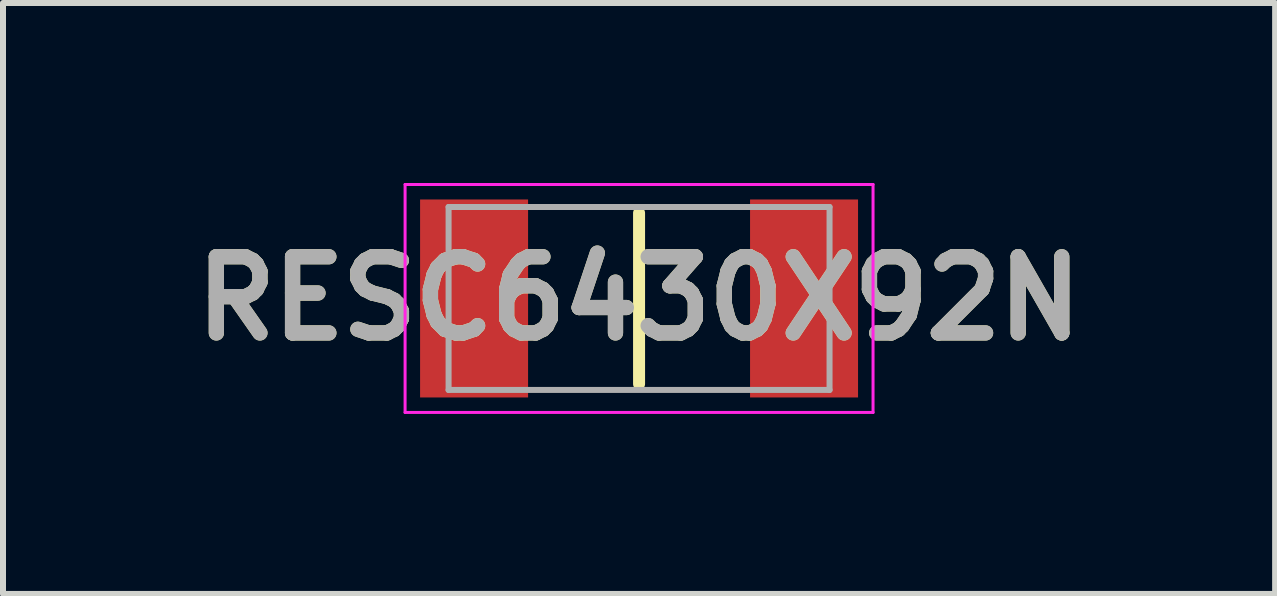
<source format=kicad_pcb>
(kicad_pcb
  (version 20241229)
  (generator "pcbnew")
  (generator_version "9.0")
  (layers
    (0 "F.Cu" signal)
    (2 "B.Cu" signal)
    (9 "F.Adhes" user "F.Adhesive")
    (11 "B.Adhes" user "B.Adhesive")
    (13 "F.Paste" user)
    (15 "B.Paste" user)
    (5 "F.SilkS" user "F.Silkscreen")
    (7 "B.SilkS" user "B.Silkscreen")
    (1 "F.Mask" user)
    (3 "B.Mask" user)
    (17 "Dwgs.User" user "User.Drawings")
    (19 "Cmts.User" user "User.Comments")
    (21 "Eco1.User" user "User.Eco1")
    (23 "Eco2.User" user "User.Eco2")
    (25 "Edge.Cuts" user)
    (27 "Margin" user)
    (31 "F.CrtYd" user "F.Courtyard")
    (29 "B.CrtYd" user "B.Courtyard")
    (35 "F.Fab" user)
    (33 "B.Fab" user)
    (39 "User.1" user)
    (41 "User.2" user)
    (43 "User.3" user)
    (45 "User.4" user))
  (footprint "RESC6430X92N"
    (layer "F.Cu")
    (at 7.602 1.925)
    (property "Reference" "RESC6430X92N" (at 0 0 0) (layer "F.SilkS") (effects (font (size 1.27 1.27) (thickness 0.254))))
    (attr smd)
    (fp_line (start 0 -1.425) (end 0 1.425) (stroke (width 0.2) (type solid)) (layer "F.SilkS"))
    (fp_line (start -3.9 -1.9) (end 3.9 -1.9) (stroke (width 0.05) (type solid)) (layer "F.CrtYd"))
    (fp_line (start -3.9 1.9) (end -3.9 -1.9) (stroke (width 0.05) (type solid)) (layer "F.CrtYd"))
    (fp_line (start 3.9 -1.9) (end 3.9 1.9) (stroke (width 0.05) (type solid)) (layer "F.CrtYd"))
    (fp_line (start 3.9 1.9) (end -3.9 1.9) (stroke (width 0.05) (type solid)) (layer "F.CrtYd"))
    (fp_line (start -3.175 -1.525) (end 3.175 -1.525) (stroke (width 0.1) (type solid)) (layer "F.Fab"))
    (fp_line (start -3.175 1.525) (end -3.175 -1.525) (stroke (width 0.1) (type solid)) (layer "F.Fab"))
    (fp_line (start 3.175 -1.525) (end 3.175 1.525) (stroke (width 0.1) (type solid)) (layer "F.Fab"))
    (fp_line (start 3.175 1.525) (end -3.175 1.525) (stroke (width 0.1) (type solid)) (layer "F.Fab"))
    (fp_text user "${REFERENCE}" (at 0 0 0) (layer "F.Fab") (effects (font (size 1.27 1.27) (thickness 0.254))))
    (pad "1" smd rect (at -2.75 0) (size 1.8 3.3) (layers "F.Cu" "F.Mask" "F.Paste"))
    (pad "2" smd rect (at 2.75 0) (size 1.8 3.3) (layers "F.Cu" "F.Mask" "F.Paste")))
  (gr_rect
    (start -3 -3)
    (end 18.204 6.85)
    (stroke (width 0.1) (type default))
    (fill no)
    (layer "Edge.Cuts")))
</source>
